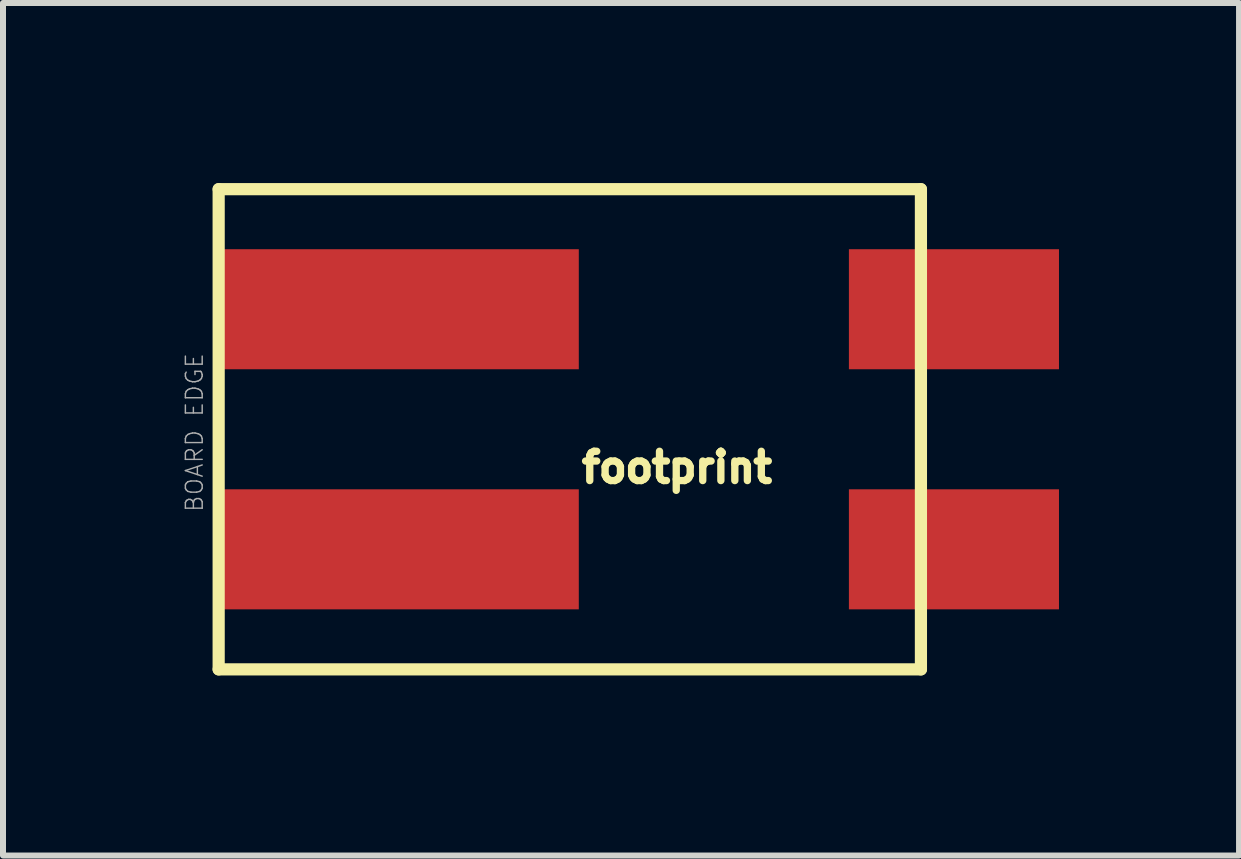
<source format=kicad_pcb>
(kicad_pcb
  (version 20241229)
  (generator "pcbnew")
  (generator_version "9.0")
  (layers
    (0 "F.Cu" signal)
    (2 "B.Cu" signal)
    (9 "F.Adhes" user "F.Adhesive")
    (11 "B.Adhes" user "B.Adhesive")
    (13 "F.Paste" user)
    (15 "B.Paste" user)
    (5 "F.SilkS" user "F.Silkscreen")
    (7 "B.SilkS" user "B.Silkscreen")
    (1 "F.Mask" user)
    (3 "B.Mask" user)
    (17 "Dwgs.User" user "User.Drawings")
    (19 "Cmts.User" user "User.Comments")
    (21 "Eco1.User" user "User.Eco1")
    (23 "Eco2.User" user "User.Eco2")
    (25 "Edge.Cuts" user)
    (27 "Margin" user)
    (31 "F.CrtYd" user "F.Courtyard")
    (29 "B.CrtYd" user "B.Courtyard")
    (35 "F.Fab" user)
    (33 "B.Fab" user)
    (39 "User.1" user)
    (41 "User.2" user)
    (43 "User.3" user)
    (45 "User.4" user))
  (footprint "footprint"
    (layer "F.Cu")
    (at 7.593 4.102)
    (property "Reference" "footprint" (at 0.635 0.635 0) (layer "F.SilkS") (effects (font (size 0.488 0.488) (thickness 0.122))))
    (fp_line (start -7 -4) (end 4.7 -4) (stroke (width 0.203) (type solid)) (layer "F.SilkS"))
    (fp_line (start -7 4) (end -7 -4) (stroke (width 0.203) (type solid)) (layer "F.SilkS"))
    (fp_line (start 4.7 -4) (end 4.7 4) (stroke (width 0.203) (type solid)) (layer "F.SilkS"))
    (fp_line (start 4.7 4) (end -7 4) (stroke (width 0.203) (type solid)) (layer "F.SilkS"))
    (fp_text user "BOARD EDGE" (at -7.239 1.397 90) (layer "F.Fab") (effects (font (size 0.28 0.28) (thickness 0.024)) (justify left bottom)))
    (pad "P1" smd rect (at 5.25 -2) (size 3.5 2) (layers "F.Cu" "F.Mask" "F.Paste"))
    (pad "P2" smd rect (at 5.25 2) (size 3.5 2) (layers "F.Cu" "F.Mask" "F.Paste"))
    (pad "P3" smd rect (at -4 -2) (size 6 2) (layers "F.Cu" "F.Mask" "F.Paste"))
    (pad "P4" smd rect (at -4 2) (size 6 2) (layers "F.Cu" "F.Mask" "F.Paste")))
  (gr_rect
    (start -3 -3)
    (end 17.593 11.203)
    (stroke (width 0.1) (type default))
    (fill no)
    (layer "Edge.Cuts")))
</source>
